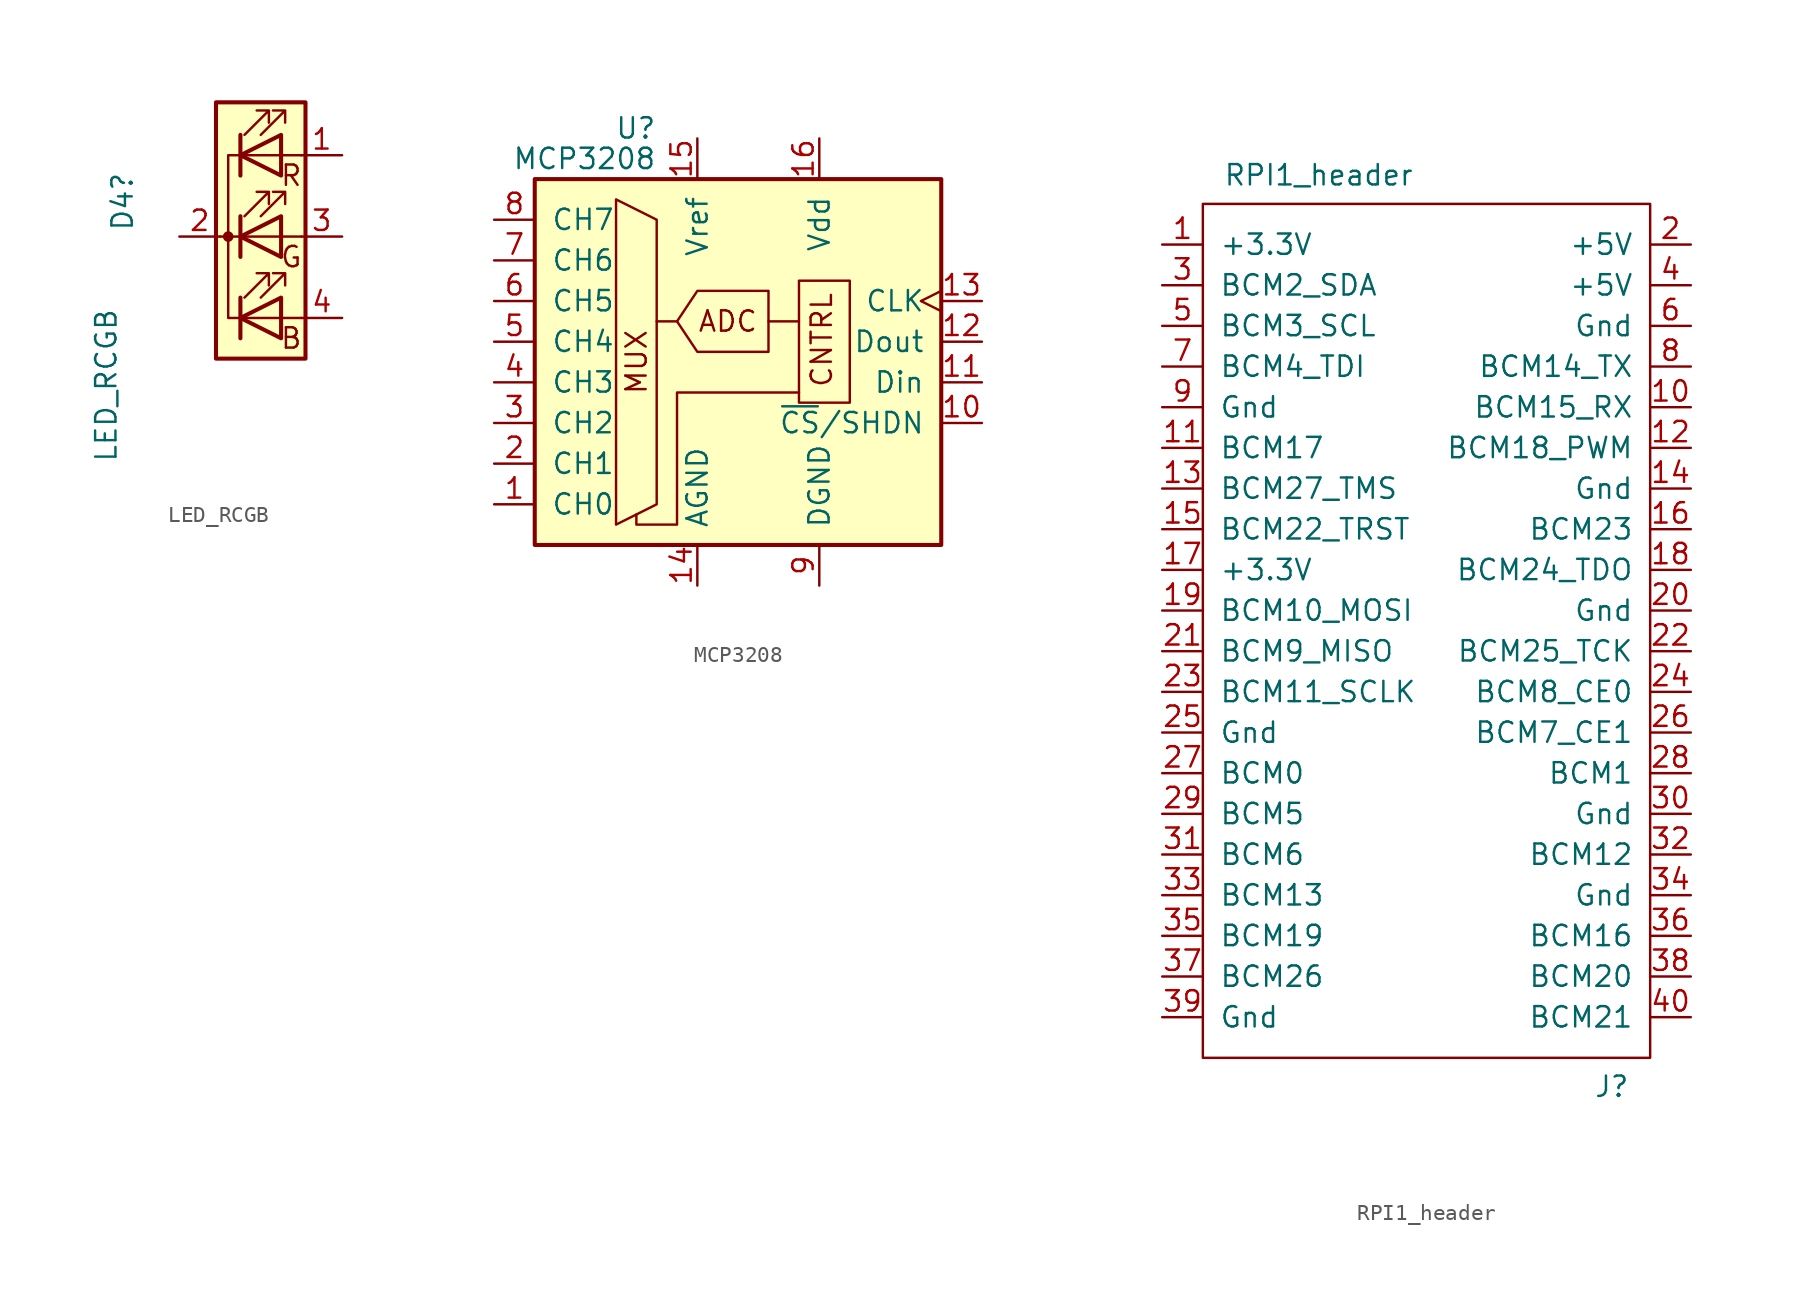
<source format=kicad_sym>
(kicad_symbol_lib
  (version 20211014)
  (generator kicad_symbol_editor)
  (symbol "LED_RCGB"
    (pin_names
      (offset 0) hide)
    (property "Reference" "D4"
      (at -8.636 4.064 90)
      (effects (font (size 1.27 1.27)) (justify right)))
    (property "Value" "LED_RCGB"
      (at -9.652 -4.445 90)
      (effects (font (size 1.27 1.27)) (justify right)))
    (symbol "LED_RCGB_0_0"
      (text "B" (at 1.905 -6.35 0) (effects (font (size 1.27 1.27))))
      (text "G" (at 1.905 -1.27 0) (effects (font (size 1.27 1.27))))
      (text "R" (at 1.905 3.81 0) (effects (font (size 1.27 1.27)))))
    (symbol "LED_RCGB_0_1"
      (circle (center -2.032 0) (radius 0.254) (stroke (width 0) (type default) (color 0 0 0 0)) (fill (type outline)))
      (polyline (pts (xy -1.27 -5.08) (xy 1.27 -5.08)) (stroke (width 0) (type default) (color 0 0 0 0)) (fill (type none)))
      (polyline (pts (xy -1.27 -3.81) (xy -1.27 -6.35)) (stroke (width 0.254) (type default) (color 0 0 0 0)) (fill (type none)))
      (polyline (pts (xy -1.27 0) (xy -2.54 0)) (stroke (width 0) (type default) (color 0 0 0 0)) (fill (type none)))
      (polyline (pts (xy -1.27 1.27) (xy -1.27 -1.27)) (stroke (width 0.254) (type default) (color 0 0 0 0)) (fill (type none)))
      (polyline (pts (xy -1.27 5.08) (xy 1.27 5.08)) (stroke (width 0) (type default) (color 0 0 0 0)) (fill (type none)))
      (polyline (pts (xy -1.27 6.35) (xy -1.27 3.81)) (stroke (width 0.254) (type default) (color 0 0 0 0)) (fill (type none)))
      (polyline (pts (xy 1.27 -5.08) (xy 2.54 -5.08)) (stroke (width 0) (type default) (color 0 0 0 0)) (fill (type none)))
      (polyline (pts (xy 1.27 0) (xy -1.27 0)) (stroke (width 0) (type default) (color 0 0 0 0)) (fill (type none)))
      (polyline (pts (xy 1.27 0) (xy 2.54 0)) (stroke (width 0) (type default) (color 0 0 0 0)) (fill (type none)))
      (polyline (pts (xy 1.27 5.08) (xy 2.54 5.08)) (stroke (width 0) (type default) (color 0 0 0 0)) (fill (type none)))
      (polyline (pts (xy -1.27 1.27) (xy -1.27 -1.27) (xy -1.27 -1.27)) (stroke (width 0) (type default) (color 0 0 0 0)) (fill (type none)))
      (polyline (pts (xy -1.27 6.35) (xy -1.27 3.81) (xy -1.27 3.81)) (stroke (width 0) (type default) (color 0 0 0 0)) (fill (type none)))
      (polyline (pts (xy -1.27 5.08) (xy -2.032 5.08) (xy -2.032 -5.08) (xy -1.016 -5.08)) (stroke (width 0) (type default) (color 0 0 0 0)) (fill (type none)))
      (polyline (pts (xy 1.27 -3.81) (xy 1.27 -6.35) (xy -1.27 -5.08) (xy 1.27 -3.81)) (stroke (width 0.254) (type default) (color 0 0 0 0)) (fill (type none)))
      (polyline (pts (xy 1.27 1.27) (xy 1.27 -1.27) (xy -1.27 0) (xy 1.27 1.27)) (stroke (width 0.254) (type default) (color 0 0 0 0)) (fill (type none)))
      (polyline (pts (xy 1.27 6.35) (xy 1.27 3.81) (xy -1.27 5.08) (xy 1.27 6.35)) (stroke (width 0.254) (type default) (color 0 0 0 0)) (fill (type none)))
      (polyline (pts (xy -1.016 -3.81) (xy 0.508 -2.286) (xy -0.254 -2.286) (xy 0.508 -2.286) (xy 0.508 -3.048)) (stroke (width 0) (type default) (color 0 0 0 0)) (fill (type none)))
      (polyline (pts (xy -1.016 1.27) (xy 0.508 2.794) (xy -0.254 2.794) (xy 0.508 2.794) (xy 0.508 2.032)) (stroke (width 0) (type default) (color 0 0 0 0)) (fill (type none)))
      (polyline (pts (xy -1.016 6.35) (xy 0.508 7.874) (xy -0.254 7.874) (xy 0.508 7.874) (xy 0.508 7.112)) (stroke (width 0) (type default) (color 0 0 0 0)) (fill (type none)))
      (polyline (pts (xy 0 -3.81) (xy 1.524 -2.286) (xy 0.762 -2.286) (xy 1.524 -2.286) (xy 1.524 -3.048)) (stroke (width 0) (type default) (color 0 0 0 0)) (fill (type none)))
      (polyline (pts (xy 0 1.27) (xy 1.524 2.794) (xy 0.762 2.794) (xy 1.524 2.794) (xy 1.524 2.032)) (stroke (width 0) (type default) (color 0 0 0 0)) (fill (type none)))
      (polyline (pts (xy 0 6.35) (xy 1.524 7.874) (xy 0.762 7.874) (xy 1.524 7.874) (xy 1.524 7.112)) (stroke (width 0) (type default) (color 0 0 0 0)) (fill (type none)))
      (rectangle (start 1.27 -1.27) (end 1.27 1.27) (stroke (width 0) (type default) (color 0 0 0 0)) (fill (type none)))
      (rectangle (start 1.27 1.27) (end 1.27 1.27) (stroke (width 0) (type default) (color 0 0 0 0)) (fill (type none)))
      (rectangle (start 1.27 3.81) (end 1.27 6.35) (stroke (width 0) (type default) (color 0 0 0 0)) (fill (type none)))
      (rectangle (start 1.27 6.35) (end 1.27 6.35) (stroke (width 0) (type default) (color 0 0 0 0)) (fill (type none)))
      (rectangle (start 2.794 8.382) (end -2.794 -7.62) (stroke (width 0.254) (type default) (color 0 0 0 0)) (fill (type background))))
    (symbol "LED_RCGB_1_1"
      (pin passive line (at 5.08 5.08 180) (length 2.54) (name "RA" (effects (font (size 1.27 1.27)))) (number "1" (effects (font (size 1.27 1.27)))))
      (pin passive line (at -5.08 0 0) (length 2.54) (name "K" (effects (font (size 1.27 1.27)))) (number "2" (effects (font (size 1.27 1.27)))))
      (pin passive line (at 5.08 0 180) (length 2.54) (name "GA" (effects (font (size 1.27 1.27)))) (number "3" (effects (font (size 1.27 1.27)))))
      (pin passive line (at 5.08 -5.08 180) (length 2.54) (name "BA" (effects (font (size 1.27 1.27)))) (number "4" (effects (font (size 1.27 1.27)))))))
  (symbol "MCP3208"
    (pin_names
      (offset 1.016))
    (property "Reference" "U"
      (at -5.08 13.335 0)
      (effects (font (size 1.27 1.27)) (justify right)))
    (property "Value" "MCP3208"
      (at -5.08 11.43 0)
      (effects (font (size 1.27 1.27)) (justify right)))
    (symbol "MCP3208_0_0"
      (text "ADC" (at -0.635 1.27 0) (effects (font (size 1.27 1.27))))
      (text "CNTRL" (at 5.969 -2.921 900) (effects (font (size 1.27 1.27)) (justify left bottom)))
      (text "MUX" (at -6.35 -1.27 900) (effects (font (size 1.27 1.27)))))
    (symbol "MCP3208_0_1"
      (polyline (pts (xy -3.81 1.27) (xy -5.08 1.27)) (stroke (width 0) (type default) (color 0 0 0 0)) (fill (type none)))
      (polyline (pts (xy 1.905 1.27) (xy 3.81 1.27)) (stroke (width 0) (type default) (color 0 0 0 0)) (fill (type none)))
      (polyline (pts (xy -7.62 8.89) (xy -7.62 -11.43) (xy -5.08 -10.16) (xy -5.08 7.62) (xy -7.62 8.89)) (stroke (width 0) (type default) (color 0 0 0 0)) (fill (type none)))
      (polyline (pts (xy 3.81 -3.175) (xy -3.81 -3.175) (xy -3.81 -11.43) (xy -6.35 -11.43) (xy -6.35 -10.795)) (stroke (width 0) (type default) (color 0 0 0 0)) (fill (type none)))
      (polyline (pts (xy 1.905 3.175) (xy 1.905 -0.635) (xy -2.54 -0.635) (xy -3.81 1.27) (xy -2.54 3.175) (xy 1.905 3.175)) (stroke (width 0) (type default) (color 0 0 0 0)) (fill (type none)))
      (rectangle (start 3.81 -3.81) (end 6.985 3.81) (stroke (width 0) (type default) (color 0 0 0 0)) (fill (type none)))
      (rectangle (start 12.7 -12.7) (end -12.7 10.16) (stroke (width 0.254) (type default) (color 0 0 0 0)) (fill (type background))))
    (symbol "MCP3208_1_1"
      (pin input line (at -15.24 -10.16 0) (length 2.54) (name "CH0" (effects (font (size 1.27 1.27)))) (number "1" (effects (font (size 1.27 1.27)))))
      (pin input line (at 15.24 -5.08 180) (length 2.54) (name "~{CS}/SHDN" (effects (font (size 1.27 1.27)))) (number "10" (effects (font (size 1.27 1.27)))))
      (pin input line (at 15.24 -2.54 180) (length 2.54) (name "Din" (effects (font (size 1.27 1.27)))) (number "11" (effects (font (size 1.27 1.27)))))
      (pin output line (at 15.24 0 180) (length 2.54) (name "Dout" (effects (font (size 1.27 1.27)))) (number "12" (effects (font (size 1.27 1.27)))))
      (pin input clock (at 15.24 2.54 180) (length 2.54) (name "CLK" (effects (font (size 1.27 1.27)))) (number "13" (effects (font (size 1.27 1.27)))))
      (pin power_in line (at -2.54 -15.24 90) (length 2.54) (name "AGND" (effects (font (size 1.27 1.27)))) (number "14" (effects (font (size 1.27 1.27)))))
      (pin power_in line (at -2.54 12.7 270) (length 2.54) (name "Vref" (effects (font (size 1.27 1.27)))) (number "15" (effects (font (size 1.27 1.27)))))
      (pin power_in line (at 5.08 12.7 270) (length 2.54) (name "Vdd" (effects (font (size 1.27 1.27)))) (number "16" (effects (font (size 1.27 1.27)))))
      (pin input line (at -15.24 -7.62 0) (length 2.54) (name "CH1" (effects (font (size 1.27 1.27)))) (number "2" (effects (font (size 1.27 1.27)))))
      (pin input line (at -15.24 -5.08 0) (length 2.54) (name "CH2" (effects (font (size 1.27 1.27)))) (number "3" (effects (font (size 1.27 1.27)))))
      (pin input line (at -15.24 -2.54 0) (length 2.54) (name "CH3" (effects (font (size 1.27 1.27)))) (number "4" (effects (font (size 1.27 1.27)))))
      (pin input line (at -15.24 0 0) (length 2.54) (name "CH4" (effects (font (size 1.27 1.27)))) (number "5" (effects (font (size 1.27 1.27)))))
      (pin input line (at -15.24 2.54 0) (length 2.54) (name "CH5" (effects (font (size 1.27 1.27)))) (number "6" (effects (font (size 1.27 1.27)))))
      (pin input line (at -15.24 5.08 0) (length 2.54) (name "CH6" (effects (font (size 1.27 1.27)))) (number "7" (effects (font (size 1.27 1.27)))))
      (pin input line (at -15.24 7.62 0) (length 2.54) (name "CH7" (effects (font (size 1.27 1.27)))) (number "8" (effects (font (size 1.27 1.27)))))
      (pin power_in line (at 5.08 -15.24 90) (length 2.54) (name "DGND" (effects (font (size 1.27 1.27)))) (number "9" (effects (font (size 1.27 1.27)))))))
  (symbol "RPI1_header"
    (pin_names
      (offset 1.016))
    (property "Reference" "J"
      (at 12.7 -29.21 0)
      (effects (font (size 1.27 1.27)) (justify right bottom)))
    (property "Value" "RPI1_header"
      (at -12.7 29.21 0)
      (effects (font (size 1.27 1.27)) (justify left top)))
    (symbol "RPI1_header_0_1"
      (rectangle (start -13.97 26.67) (end 13.97 -26.67) (stroke (width 0) (type default) (color 0 0 0 0)) (fill (type none))))
    (symbol "RPI1_header_1_1"
      (pin power_in line (at -16.51 24.13 0) (length 2.54) (name "+3.3V" (effects (font (size 1.27 1.27)))) (number "1" (effects (font (size 1.27 1.27)))))
      (pin bidirectional line (at 16.51 13.97 180) (length 2.54) (name "BCM15_RX" (effects (font (size 1.27 1.27)))) (number "10" (effects (font (size 1.27 1.27)))))
      (pin bidirectional line (at -16.51 11.43 0) (length 2.54) (name "BCM17" (effects (font (size 1.27 1.27)))) (number "11" (effects (font (size 1.27 1.27)))))
      (pin bidirectional line (at 16.51 11.43 180) (length 2.54) (name "BCM18_PWM" (effects (font (size 1.27 1.27)))) (number "12" (effects (font (size 1.27 1.27)))))
      (pin bidirectional line (at -16.51 8.89 0) (length 2.54) (name "BCM27_TMS" (effects (font (size 1.27 1.27)))) (number "13" (effects (font (size 1.27 1.27)))))
      (pin power_in line (at 16.51 8.89 180) (length 2.54) (name "Gnd" (effects (font (size 1.27 1.27)))) (number "14" (effects (font (size 1.27 1.27)))))
      (pin bidirectional line (at -16.51 6.35 0) (length 2.54) (name "BCM22_TRST" (effects (font (size 1.27 1.27)))) (number "15" (effects (font (size 1.27 1.27)))))
      (pin bidirectional line (at 16.51 6.35 180) (length 2.54) (name "BCM23" (effects (font (size 1.27 1.27)))) (number "16" (effects (font (size 1.27 1.27)))))
      (pin power_in line (at -16.51 3.81 0) (length 2.54) (name "+3.3V" (effects (font (size 1.27 1.27)))) (number "17" (effects (font (size 1.27 1.27)))))
      (pin bidirectional line (at 16.51 3.81 180) (length 2.54) (name "BCM24_TDO" (effects (font (size 1.27 1.27)))) (number "18" (effects (font (size 1.27 1.27)))))
      (pin bidirectional line (at -16.51 1.27 0) (length 2.54) (name "BCM10_MOSI" (effects (font (size 1.27 1.27)))) (number "19" (effects (font (size 1.27 1.27)))))
      (pin power_in line (at 16.51 24.13 180) (length 2.54) (name "+5V" (effects (font (size 1.27 1.27)))) (number "2" (effects (font (size 1.27 1.27)))))
      (pin power_in line (at 16.51 1.27 180) (length 2.54) (name "Gnd" (effects (font (size 1.27 1.27)))) (number "20" (effects (font (size 1.27 1.27)))))
      (pin bidirectional line (at -16.51 -1.27 0) (length 2.54) (name "BCM9_MISO" (effects (font (size 1.27 1.27)))) (number "21" (effects (font (size 1.27 1.27)))))
      (pin bidirectional line (at 16.51 -1.27 180) (length 2.54) (name "BCM25_TCK" (effects (font (size 1.27 1.27)))) (number "22" (effects (font (size 1.27 1.27)))))
      (pin bidirectional line (at -16.51 -3.81 0) (length 2.54) (name "BCM11_SCLK" (effects (font (size 1.27 1.27)))) (number "23" (effects (font (size 1.27 1.27)))))
      (pin bidirectional line (at 16.51 -3.81 180) (length 2.54) (name "BCM8_CE0" (effects (font (size 1.27 1.27)))) (number "24" (effects (font (size 1.27 1.27)))))
      (pin power_in line (at -16.51 -6.35 0) (length 2.54) (name "Gnd" (effects (font (size 1.27 1.27)))) (number "25" (effects (font (size 1.27 1.27)))))
      (pin bidirectional line (at 16.51 -6.35 180) (length 2.54) (name "BCM7_CE1" (effects (font (size 1.27 1.27)))) (number "26" (effects (font (size 1.27 1.27)))))
      (pin bidirectional line (at -16.51 -8.89 0) (length 2.54) (name "BCM0" (effects (font (size 1.27 1.27)))) (number "27" (effects (font (size 1.27 1.27)))))
      (pin bidirectional line (at 16.51 -8.89 180) (length 2.54) (name "BCM1" (effects (font (size 1.27 1.27)))) (number "28" (effects (font (size 1.27 1.27)))))
      (pin bidirectional line (at -16.51 -11.43 0) (length 2.54) (name "BCM5" (effects (font (size 1.27 1.27)))) (number "29" (effects (font (size 1.27 1.27)))))
      (pin bidirectional line (at -16.51 21.59 0) (length 2.54) (name "BCM2_SDA" (effects (font (size 1.27 1.27)))) (number "3" (effects (font (size 1.27 1.27)))))
      (pin power_in line (at 16.51 -11.43 180) (length 2.54) (name "Gnd" (effects (font (size 1.27 1.27)))) (number "30" (effects (font (size 1.27 1.27)))))
      (pin bidirectional line (at -16.51 -13.97 0) (length 2.54) (name "BCM6" (effects (font (size 1.27 1.27)))) (number "31" (effects (font (size 1.27 1.27)))))
      (pin bidirectional line (at 16.51 -13.97 180) (length 2.54) (name "BCM12" (effects (font (size 1.27 1.27)))) (number "32" (effects (font (size 1.27 1.27)))))
      (pin bidirectional line (at -16.51 -16.51 0) (length 2.54) (name "BCM13" (effects (font (size 1.27 1.27)))) (number "33" (effects (font (size 1.27 1.27)))))
      (pin power_in line (at 16.51 -16.51 180) (length 2.54) (name "Gnd" (effects (font (size 1.27 1.27)))) (number "34" (effects (font (size 1.27 1.27)))))
      (pin bidirectional line (at -16.51 -19.05 0) (length 2.54) (name "BCM19" (effects (font (size 1.27 1.27)))) (number "35" (effects (font (size 1.27 1.27)))))
      (pin bidirectional line (at 16.51 -19.05 180) (length 2.54) (name "BCM16" (effects (font (size 1.27 1.27)))) (number "36" (effects (font (size 1.27 1.27)))))
      (pin bidirectional line (at -16.51 -21.59 0) (length 2.54) (name "BCM26" (effects (font (size 1.27 1.27)))) (number "37" (effects (font (size 1.27 1.27)))))
      (pin bidirectional line (at 16.51 -21.59 180) (length 2.54) (name "BCM20" (effects (font (size 1.27 1.27)))) (number "38" (effects (font (size 1.27 1.27)))))
      (pin power_in line (at -16.51 -24.13 0) (length 2.54) (name "Gnd" (effects (font (size 1.27 1.27)))) (number "39" (effects (font (size 1.27 1.27)))))
      (pin power_in line (at 16.51 21.59 180) (length 2.54) (name "+5V" (effects (font (size 1.27 1.27)))) (number "4" (effects (font (size 1.27 1.27)))))
      (pin bidirectional line (at 16.51 -24.13 180) (length 2.54) (name "BCM21" (effects (font (size 1.27 1.27)))) (number "40" (effects (font (size 1.27 1.27)))))
      (pin bidirectional line (at -16.51 19.05 0) (length 2.54) (name "BCM3_SCL" (effects (font (size 1.27 1.27)))) (number "5" (effects (font (size 1.27 1.27)))))
      (pin power_in line (at 16.51 19.05 180) (length 2.54) (name "Gnd" (effects (font (size 1.27 1.27)))) (number "6" (effects (font (size 1.27 1.27)))))
      (pin bidirectional line (at -16.51 16.51 0) (length 2.54) (name "BCM4_TDI" (effects (font (size 1.27 1.27)))) (number "7" (effects (font (size 1.27 1.27)))))
      (pin bidirectional line (at 16.51 16.51 180) (length 2.54) (name "BCM14_TX" (effects (font (size 1.27 1.27)))) (number "8" (effects (font (size 1.27 1.27)))))
      (pin power_in line (at -16.51 13.97 0) (length 2.54) (name "Gnd" (effects (font (size 1.27 1.27)))) (number "9" (effects (font (size 1.27 1.27))))))))
</source>
